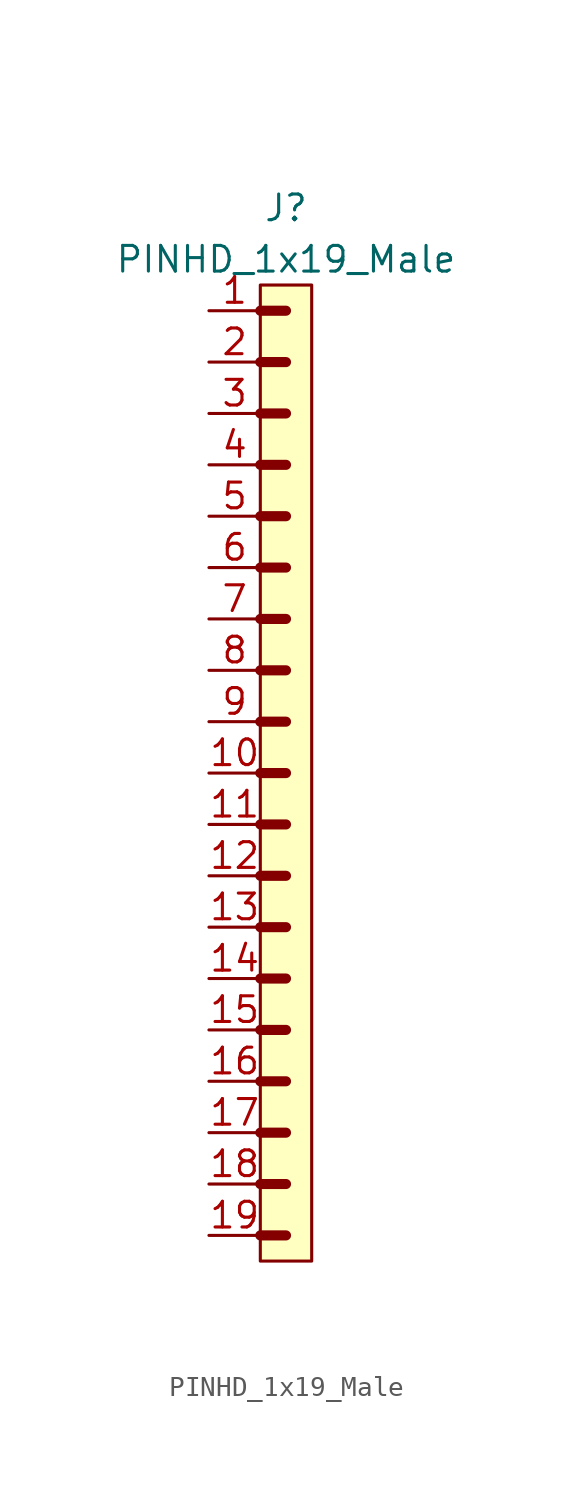
<source format=kicad_sym>
(kicad_symbol_lib
  (version 20211014)
  (generator kicad_symbol_editor)
  (symbol "PINHD_1x19_Male"
    (property "Reference" "J"
      (at 0 27.94 0)
      (effects (font (size 1.27 1.27))))
    (property "Value" "PINHD_1x19_Male"
      (at 0 25.4 0)
      (effects (font (size 1.27 1.27))))
    (symbol "PINHD_1x19_Male_0_1"
      (rectangle (start -1.27 24.13) (end 1.27 -24.13) (stroke (width 0) (type default) (color 0 0 0 0)) (fill (type background)))
      (polyline (pts (xy -1.27 -22.86) (xy 0 -22.86)) (stroke (width 0.5) (type default) (color 0 0 0 0)) (fill (type none)))
      (polyline (pts (xy -1.27 -20.32) (xy 0 -20.32)) (stroke (width 0.5) (type default) (color 0 0 0 0)) (fill (type none)))
      (polyline (pts (xy -1.27 -17.78) (xy 0 -17.78)) (stroke (width 0.5) (type default) (color 0 0 0 0)) (fill (type none)))
      (polyline (pts (xy -1.27 -15.24) (xy 0 -15.24)) (stroke (width 0.5) (type default) (color 0 0 0 0)) (fill (type none)))
      (polyline (pts (xy -1.27 -12.7) (xy 0 -12.7)) (stroke (width 0.5) (type default) (color 0 0 0 0)) (fill (type none)))
      (polyline (pts (xy -1.27 -10.16) (xy 0 -10.16)) (stroke (width 0.5) (type default) (color 0 0 0 0)) (fill (type none)))
      (polyline (pts (xy -1.27 -7.62) (xy 0 -7.62)) (stroke (width 0.5) (type default) (color 0 0 0 0)) (fill (type none)))
      (polyline (pts (xy -1.27 -5.08) (xy 0 -5.08)) (stroke (width 0.5) (type default) (color 0 0 0 0)) (fill (type none)))
      (polyline (pts (xy -1.27 -2.54) (xy 0 -2.54)) (stroke (width 0.5) (type default) (color 0 0 0 0)) (fill (type none)))
      (polyline (pts (xy -1.27 0) (xy 0 0)) (stroke (width 0.3) (type default) (color 0 0 0 0)) (fill (type none)))
      (polyline (pts (xy -1.27 0) (xy 0 0)) (stroke (width 0.5) (type default) (color 0 0 0 0)) (fill (type none)))
      (polyline (pts (xy -1.27 2.54) (xy 0 2.54)) (stroke (width 0.3) (type default) (color 0 0 0 0)) (fill (type none)))
      (polyline (pts (xy -1.27 2.54) (xy 0 2.54)) (stroke (width 0.5) (type default) (color 0 0 0 0)) (fill (type none)))
      (polyline (pts (xy -1.27 5.08) (xy 0 5.08)) (stroke (width 0.3) (type default) (color 0 0 0 0)) (fill (type none)))
      (polyline (pts (xy -1.27 5.08) (xy 0 5.08)) (stroke (width 0.5) (type default) (color 0 0 0 0)) (fill (type none)))
      (polyline (pts (xy -1.27 7.62) (xy 0 7.62)) (stroke (width 0.3) (type default) (color 0 0 0 0)) (fill (type none)))
      (polyline (pts (xy -1.27 7.62) (xy 0 7.62)) (stroke (width 0.5) (type default) (color 0 0 0 0)) (fill (type none)))
      (polyline (pts (xy -1.27 10.16) (xy 0 10.16)) (stroke (width 0.3) (type default) (color 0 0 0 0)) (fill (type none)))
      (polyline (pts (xy -1.27 10.16) (xy 0 10.16)) (stroke (width 0.5) (type default) (color 0 0 0 0)) (fill (type none)))
      (polyline (pts (xy -1.27 12.7) (xy 0 12.7)) (stroke (width 0.3) (type default) (color 0 0 0 0)) (fill (type none)))
      (polyline (pts (xy -1.27 12.7) (xy 0 12.7)) (stroke (width 0.5) (type default) (color 0 0 0 0)) (fill (type none)))
      (polyline (pts (xy -1.27 15.24) (xy 0 15.24)) (stroke (width 0.3) (type default) (color 0 0 0 0)) (fill (type none)))
      (polyline (pts (xy -1.27 15.24) (xy 0 15.24)) (stroke (width 0.5) (type default) (color 0 0 0 0)) (fill (type none)))
      (polyline (pts (xy -1.27 17.78) (xy 0 17.78)) (stroke (width 0.3) (type default) (color 0 0 0 0)) (fill (type none)))
      (polyline (pts (xy -1.27 17.78) (xy 0 17.78)) (stroke (width 0.5) (type default) (color 0 0 0 0)) (fill (type none)))
      (polyline (pts (xy -1.27 20.32) (xy 0 20.32)) (stroke (width 0.3) (type default) (color 0 0 0 0)) (fill (type none)))
      (polyline (pts (xy -1.27 20.32) (xy 0 20.32)) (stroke (width 0.5) (type default) (color 0 0 0 0)) (fill (type none)))
      (polyline (pts (xy -1.27 22.86) (xy 0 22.86)) (stroke (width 0.5) (type default) (color 0 0 0 0)) (fill (type none))))
    (symbol "PINHD_1x19_Male_1_1"
      (pin passive line (at -3.81 22.86 0) (length 2.54) (name "" (effects (font (size 1.27 1.27)))) (number "1" (effects (font (size 1.27 1.27)))))
      (pin passive line (at -3.81 0 0) (length 2.54) (name "" (effects (font (size 1.27 1.27)))) (number "10" (effects (font (size 1.27 1.27)))))
      (pin passive line (at -3.81 -2.54 0) (length 2.54) (name "" (effects (font (size 1.27 1.27)))) (number "11" (effects (font (size 1.27 1.27)))))
      (pin passive line (at -3.81 -5.08 0) (length 2.54) (name "" (effects (font (size 1.27 1.27)))) (number "12" (effects (font (size 1.27 1.27)))))
      (pin passive line (at -3.81 -7.62 0) (length 2.54) (name "" (effects (font (size 1.27 1.27)))) (number "13" (effects (font (size 1.27 1.27)))))
      (pin passive line (at -3.81 -10.16 0) (length 2.54) (name "" (effects (font (size 1.27 1.27)))) (number "14" (effects (font (size 1.27 1.27)))))
      (pin passive line (at -3.81 -12.7 0) (length 2.54) (name "" (effects (font (size 1.27 1.27)))) (number "15" (effects (font (size 1.27 1.27)))))
      (pin passive line (at -3.81 -15.24 0) (length 2.54) (name "" (effects (font (size 1.27 1.27)))) (number "16" (effects (font (size 1.27 1.27)))))
      (pin passive line (at -3.81 -17.78 0) (length 2.54) (name "" (effects (font (size 1.27 1.27)))) (number "17" (effects (font (size 1.27 1.27)))))
      (pin passive line (at -3.81 -20.32 0) (length 2.54) (name "" (effects (font (size 1.27 1.27)))) (number "18" (effects (font (size 1.27 1.27)))))
      (pin passive line (at -3.81 -22.86 0) (length 2.54) (name "" (effects (font (size 1.27 1.27)))) (number "19" (effects (font (size 1.27 1.27)))))
      (pin passive line (at -3.81 20.32 0) (length 2.54) (name "" (effects (font (size 1.27 1.27)))) (number "2" (effects (font (size 1.27 1.27)))))
      (pin passive line (at -3.81 17.78 0) (length 2.54) (name "" (effects (font (size 1.27 1.27)))) (number "3" (effects (font (size 1.27 1.27)))))
      (pin passive line (at -3.81 15.24 0) (length 2.54) (name "" (effects (font (size 1.27 1.27)))) (number "4" (effects (font (size 1.27 1.27)))))
      (pin passive line (at -3.81 12.7 0) (length 2.54) (name "" (effects (font (size 1.27 1.27)))) (number "5" (effects (font (size 1.27 1.27)))))
      (pin passive line (at -3.81 10.16 0) (length 2.54) (name "" (effects (font (size 1.27 1.27)))) (number "6" (effects (font (size 1.27 1.27)))))
      (pin passive line (at -3.81 7.62 0) (length 2.54) (name "" (effects (font (size 1.27 1.27)))) (number "7" (effects (font (size 1.27 1.27)))))
      (pin passive line (at -3.81 5.08 0) (length 2.54) (name "" (effects (font (size 1.27 1.27)))) (number "8" (effects (font (size 1.27 1.27)))))
      (pin passive line (at -3.81 2.54 0) (length 2.54) (name "" (effects (font (size 1.27 1.27)))) (number "9" (effects (font (size 1.27 1.27))))))))
</source>
